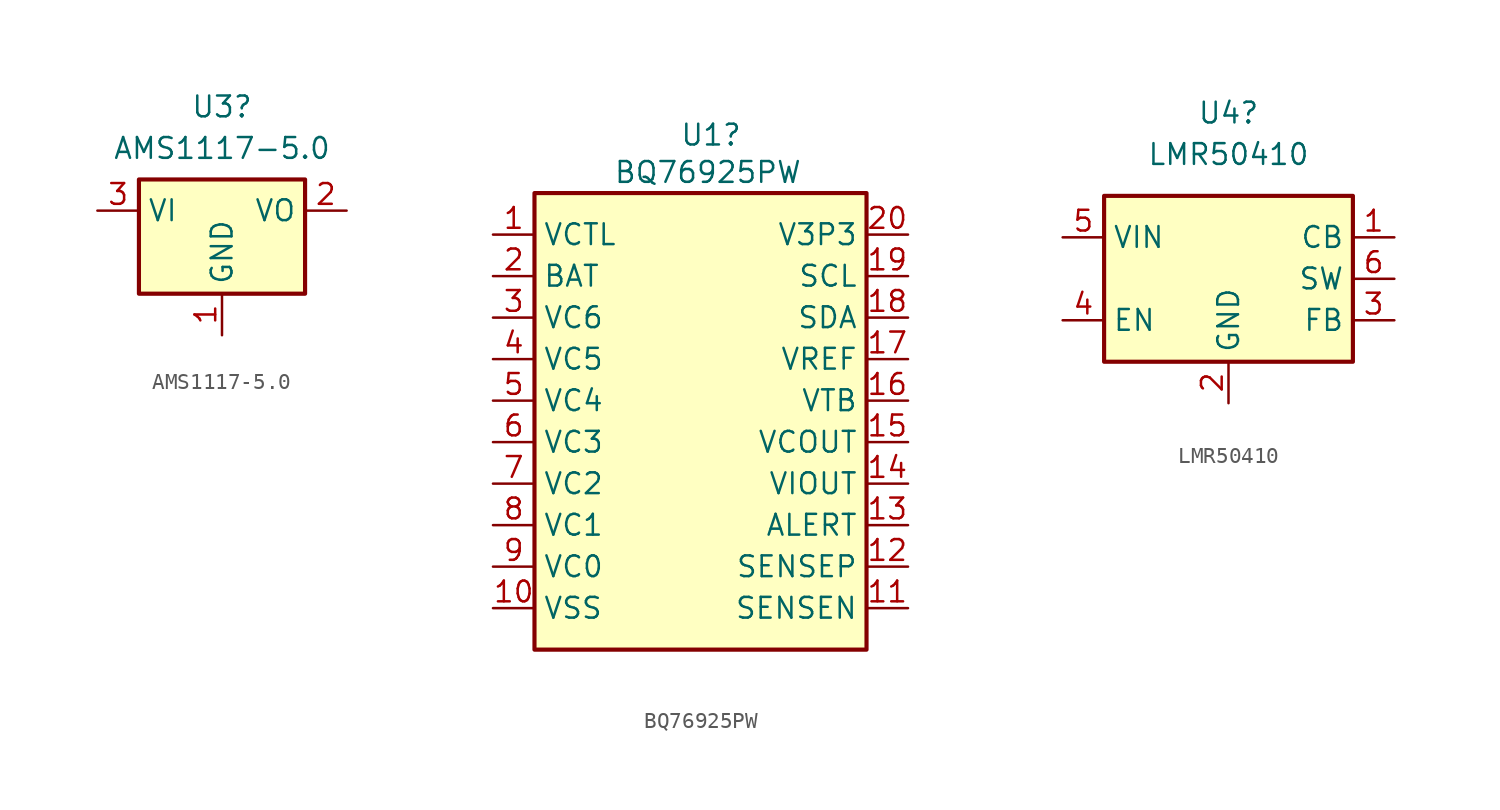
<source format=kicad_sym>
(kicad_symbol_lib
  (version 20231120)
  (generator "kicad_symbol_editor")
  (generator_version "8.0")
  (symbol "AMS1117-5.0"
    (property "Reference" "U3"
      (at 0 6.35 0)
      (effects (font (size 1.27 1.27))))
    (property "Value" "AMS1117-5.0"
      (at 0 3.81 0)
      (effects (font (size 1.27 1.27))))
    (symbol "AMS1117-5.0_0_1"
      (rectangle (start -5.08 -5.08) (end 5.08 1.905) (stroke (width 0.254) (type default)) (fill (type background))))
    (symbol "AMS1117-5.0_1_1"
      (pin power_in line (at 0 -7.62 90) (length 2.54) (name "GND" (effects (font (size 1.27 1.27)))) (number "1" (effects (font (size 1.27 1.27)))))
      (pin power_out line (at 7.62 0 180) (length 2.54) (name "VO" (effects (font (size 1.27 1.27)))) (number "2" (effects (font (size 1.27 1.27)))))
      (pin power_in line (at -7.62 0 0) (length 2.54) (name "VI" (effects (font (size 1.27 1.27)))) (number "3" (effects (font (size 1.27 1.27)))))))
  (symbol "BQ76925PW"
    (property "Reference" "U1"
      (at -1.27 17.526 0)
      (effects (font (size 1.27 1.27)) (justify left)))
    (property "Value" "BQ76925PW"
      (at -5.334 15.24 0)
      (effects (font (size 1.27 1.27)) (justify left)))
    (symbol "BQ76925PW_0_1"
      (rectangle (start -10.16 13.97) (end 10.16 -13.97) (stroke (width 0.254) (type default)) (fill (type background))))
    (symbol "BQ76925PW_1_0"
      (pin power_in line (at -12.7 -11.43 0) (length 2.54) (name "VSS" (effects (font (size 1.27 1.27)))) (number "10" (effects (font (size 1.27 1.27)))))
      (pin input line (at 12.7 -11.43 180) (length 2.54) (name "SENSEN" (effects (font (size 1.27 1.27)))) (number "11" (effects (font (size 1.27 1.27)))))
      (pin input line (at 12.7 -8.89 180) (length 2.54) (name "SENSEP" (effects (font (size 1.27 1.27)))) (number "12" (effects (font (size 1.27 1.27)))))
      (pin output line (at 12.7 -6.35 180) (length 2.54) (name "ALERT" (effects (font (size 1.27 1.27)))) (number "13" (effects (font (size 1.27 1.27)))))
      (pin output line (at 12.7 -3.81 180) (length 2.54) (name "VIOUT" (effects (font (size 1.27 1.27)))) (number "14" (effects (font (size 1.27 1.27)))))
      (pin output line (at 12.7 -1.27 180) (length 2.54) (name "VCOUT" (effects (font (size 1.27 1.27)))) (number "15" (effects (font (size 1.27 1.27)))))
      (pin output line (at 12.7 1.27 180) (length 2.54) (name "VTB" (effects (font (size 1.27 1.27)))) (number "16" (effects (font (size 1.27 1.27)))))
      (pin output line (at 12.7 3.81 180) (length 2.54) (name "VREF" (effects (font (size 1.27 1.27)))) (number "17" (effects (font (size 1.27 1.27)))))
      (pin bidirectional line (at 12.7 6.35 180) (length 2.54) (name "SDA" (effects (font (size 1.27 1.27)))) (number "18" (effects (font (size 1.27 1.27)))))
      (pin input line (at 12.7 8.89 180) (length 2.54) (name "SCL" (effects (font (size 1.27 1.27)))) (number "19" (effects (font (size 1.27 1.27)))))
      (pin output line (at 12.7 11.43 180) (length 2.54) (name "V3P3" (effects (font (size 1.27 1.27)))) (number "20" (effects (font (size 1.27 1.27)))))
      (pin input line (at -12.7 -1.27 0) (length 2.54) (name "VC3" (effects (font (size 1.27 1.27)))) (number "6" (effects (font (size 1.27 1.27)))))
      (pin input line (at -12.7 -3.81 0) (length 2.54) (name "VC2" (effects (font (size 1.27 1.27)))) (number "7" (effects (font (size 1.27 1.27)))))
      (pin input line (at -12.7 -6.35 0) (length 2.54) (name "VC1" (effects (font (size 1.27 1.27)))) (number "8" (effects (font (size 1.27 1.27)))))
      (pin input line (at -12.7 -8.89 0) (length 2.54) (name "VC0" (effects (font (size 1.27 1.27)))) (number "9" (effects (font (size 1.27 1.27))))))
    (symbol "BQ76925PW_1_1"
      (pin output line (at -12.7 11.43 0) (length 2.54) (name "VCTL" (effects (font (size 1.27 1.27)))) (number "1" (effects (font (size 1.27 1.27)))))
      (pin power_in line (at -12.7 8.89 0) (length 2.54) (name "BAT" (effects (font (size 1.27 1.27)))) (number "2" (effects (font (size 1.27 1.27)))))
      (pin input line (at -12.7 6.35 0) (length 2.54) (name "VC6" (effects (font (size 1.27 1.27)))) (number "3" (effects (font (size 1.27 1.27)))))
      (pin input line (at -12.7 3.81 0) (length 2.54) (name "VC5" (effects (font (size 1.27 1.27)))) (number "4" (effects (font (size 1.27 1.27)))))
      (pin input line (at -12.7 1.27 0) (length 2.54) (name "VC4" (effects (font (size 1.27 1.27)))) (number "5" (effects (font (size 1.27 1.27)))))))
  (symbol "LMR50410"
    (property "Reference" "U4"
      (at 0 10.16 0)
      (effects (font (size 1.27 1.27))))
    (property "Value" "LMR50410"
      (at 0 7.62 0)
      (effects (font (size 1.27 1.27))))
    (symbol "LMR50410_0_1"
      (rectangle (start -7.62 5.08) (end 7.62 -5.08) (stroke (width 0.254) (type default)) (fill (type background))))
    (symbol "LMR50410_1_1"
      (pin passive line (at 10.16 2.54 180) (length 2.54) (name "CB" (effects (font (size 1.27 1.27)))) (number "1" (effects (font (size 1.27 1.27)))))
      (pin power_in line (at 0 -7.62 90) (length 2.54) (name "GND" (effects (font (size 1.27 1.27)))) (number "2" (effects (font (size 1.27 1.27)))))
      (pin input line (at 10.16 -2.54 180) (length 2.54) (name "FB" (effects (font (size 1.27 1.27)))) (number "3" (effects (font (size 1.27 1.27)))))
      (pin input line (at -10.16 -2.54 0) (length 2.54) (name "EN" (effects (font (size 1.27 1.27)))) (number "4" (effects (font (size 1.27 1.27)))))
      (pin power_in line (at -10.16 2.54 0) (length 2.54) (name "VIN" (effects (font (size 1.27 1.27)))) (number "5" (effects (font (size 1.27 1.27)))))
      (pin power_out line (at 10.16 0 180) (length 2.54) (name "SW" (effects (font (size 1.27 1.27)))) (number "6" (effects (font (size 1.27 1.27))))))))
</source>
